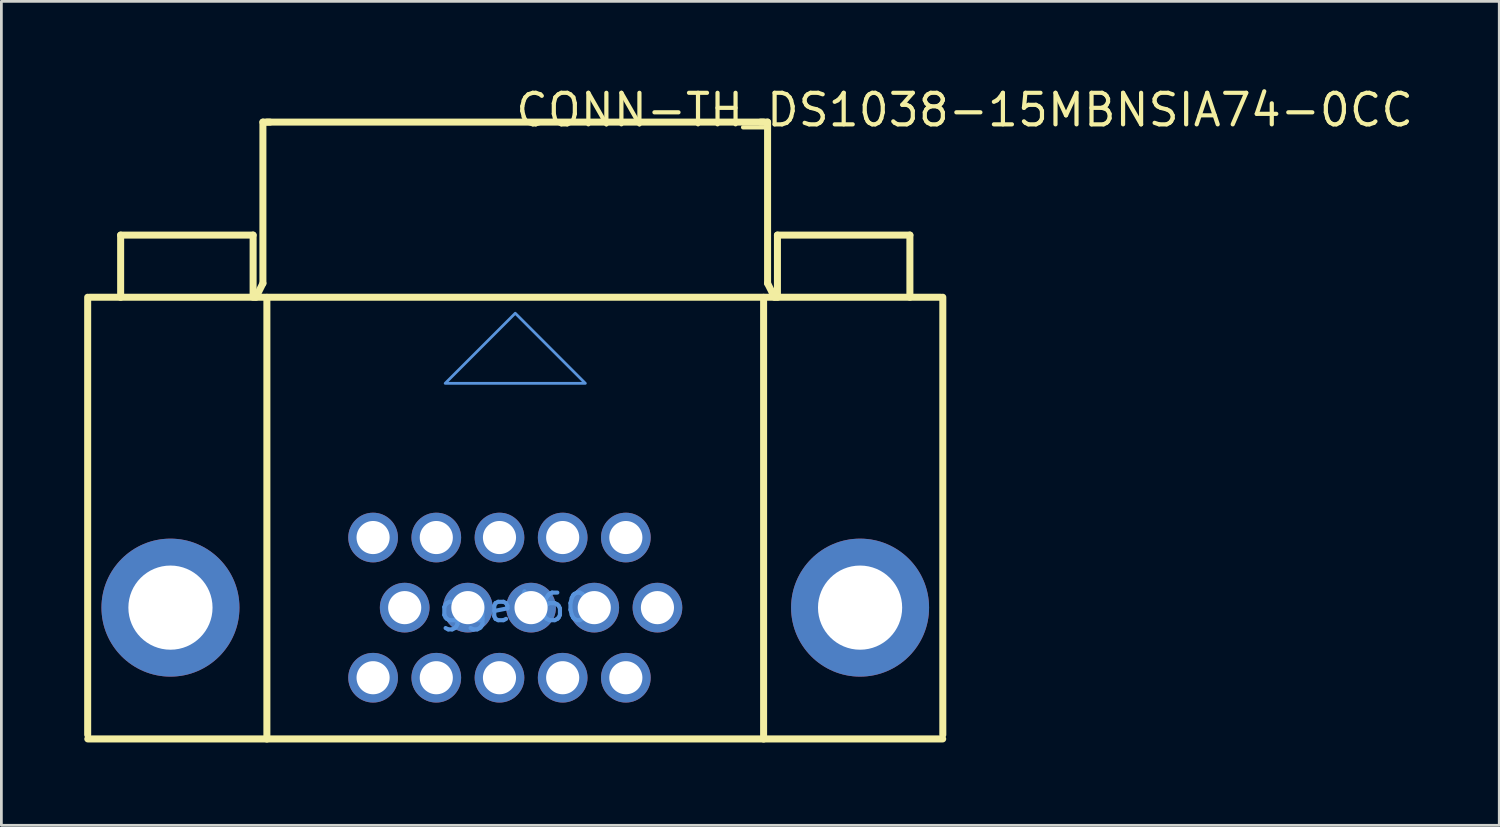
<source format=kicad_pcb>
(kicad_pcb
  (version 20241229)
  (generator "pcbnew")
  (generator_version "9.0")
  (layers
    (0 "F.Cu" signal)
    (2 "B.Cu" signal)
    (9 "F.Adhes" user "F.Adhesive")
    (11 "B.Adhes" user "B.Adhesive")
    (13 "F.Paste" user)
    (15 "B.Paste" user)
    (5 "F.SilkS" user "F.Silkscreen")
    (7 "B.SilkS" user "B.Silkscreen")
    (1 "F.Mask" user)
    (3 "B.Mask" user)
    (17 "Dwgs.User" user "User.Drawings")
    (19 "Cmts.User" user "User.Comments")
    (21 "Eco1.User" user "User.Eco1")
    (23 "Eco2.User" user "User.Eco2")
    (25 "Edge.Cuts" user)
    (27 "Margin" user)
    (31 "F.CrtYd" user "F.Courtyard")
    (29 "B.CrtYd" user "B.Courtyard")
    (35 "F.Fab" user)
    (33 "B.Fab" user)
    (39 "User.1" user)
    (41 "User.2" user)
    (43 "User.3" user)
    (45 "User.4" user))
  (footprint "CONN-TH_DS1038-15MBNSIA74-0CC"
    (layer "F.Cu")
    (at 15.622 18.969)
    (property "Reference" "CONN-TH_DS1038-15MBNSIA74-0CC" (at -0.064 -18.034 0) (layer "F.SilkS") (effects (font (size 1.143 1.143) (thickness 0.152)) (justify left)))
    (attr through_hole)
    (fp_line (start -15.495 4.606) (end -15.495 -11.248) (stroke (width 0.254) (type solid)) (layer "F.SilkS"))
    (fp_line (start -15.491 4.758) (end 15.489 4.758) (stroke (width 0.254) (type solid)) (layer "F.SilkS"))
    (fp_line (start -15.421 -11.248) (end 15.419 -11.248) (stroke (width 0.254) (type solid)) (layer "F.SilkS"))
    (fp_line (start -14.3 -13.5) (end -14.3 -11.244) (stroke (width 0.254) (type solid)) (layer "F.SilkS"))
    (fp_line (start -14.3 -13.5) (end -9.5 -13.5) (stroke (width 0.254) (type solid)) (layer "F.SilkS"))
    (fp_line (start -9.5 -13.5) (end -9.5 -11.248) (stroke (width 0.254) (type solid)) (layer "F.SilkS"))
    (fp_line (start -9.145 -17.594) (end -9.145 -11.752) (stroke (width 0.254) (type solid)) (layer "F.SilkS"))
    (fp_line (start -9.145 -11.752) (end -9.399 -11.244) (stroke (width 0.254) (type solid)) (layer "F.SilkS"))
    (fp_line (start -9.001 -17.594) (end 8.999 -17.594) (stroke (width 0.254) (type solid)) (layer "F.SilkS"))
    (fp_line (start -9.001 -11.244) (end -9.001 4.762) (stroke (width 0.254) (type solid)) (layer "F.SilkS"))
    (fp_line (start -8.891 -17.594) (end -9.145 -17.594) (stroke (width 0.254) (type solid)) (layer "F.SilkS"))
    (fp_line (start 8.889 -17.594) (end 9.143 -17.594) (stroke (width 0.254) (type solid)) (layer "F.SilkS"))
    (fp_line (start 8.999 -11.244) (end 8.999 4.762) (stroke (width 0.254) (type solid)) (layer "F.SilkS"))
    (fp_line (start 9.143 -17.594) (end 9.143 -11.752) (stroke (width 0.254) (type solid)) (layer "F.SilkS"))
    (fp_line (start 9.143 -11.752) (end 9.397 -11.244) (stroke (width 0.254) (type solid)) (layer "F.SilkS"))
    (fp_line (start 9.5 -13.5) (end 9.5 -11.244) (stroke (width 0.254) (type solid)) (layer "F.SilkS"))
    (fp_line (start 9.5 -13.5) (end 14.3 -13.5) (stroke (width 0.254) (type solid)) (layer "F.SilkS"))
    (fp_line (start 14.3 -13.5) (end 14.3 -11.248) (stroke (width 0.254) (type solid)) (layer "F.SilkS"))
    (fp_line (start 15.493 4.606) (end 15.493 -11.248) (stroke (width 0.254) (type solid)) (layer "F.SilkS"))
    (fp_poly (pts (xy -2.54 -8.128) (xy 2.54 -8.128) (xy 0 -10.668)) (stroke (width 0.1) (type solid)) (fill no) (layer "Cmts.User"))
    (fp_text user "gge460" (at 0 0 0) (layer "Cmts.User") (effects (font (size 1 1) (thickness 0.15))))
    (pad "0" thru_hole circle (at -12.495 0) (size 5 5) (drill 3.05) (layers "*.Cu" "*.Paste" "*.Mask"))
    (pad "0" thru_hole circle (at 12.495 0) (size 5 5) (drill 3.05) (layers "*.Cu" "*.Paste" "*.Mask"))
    (pad "1" thru_hole circle (at 4.007 2.54) (size 1.8 1.8) (drill 1.2) (layers "*.Cu" "*.Paste" "*.Mask"))
    (pad "2" thru_hole circle (at 1.718 2.54) (size 1.8 1.8) (drill 1.2) (layers "*.Cu" "*.Paste" "*.Mask"))
    (pad "3" thru_hole circle (at -0.572 2.54) (size 1.8 1.8) (drill 1.2) (layers "*.Cu" "*.Paste" "*.Mask"))
    (pad "4" thru_hole circle (at -2.862 2.54) (size 1.8 1.8) (drill 1.2) (layers "*.Cu" "*.Paste" "*.Mask"))
    (pad "5" thru_hole circle (at -5.152 2.54) (size 1.8 1.8) (drill 1.2) (layers "*.Cu" "*.Paste" "*.Mask"))
    (pad "6" thru_hole circle (at 5.152 0) (size 1.8 1.8) (drill 1.2) (layers "*.Cu" "*.Paste" "*.Mask"))
    (pad "7" thru_hole circle (at 2.862 0) (size 1.8 1.8) (drill 1.2) (layers "*.Cu" "*.Paste" "*.Mask"))
    (pad "8" thru_hole circle (at 0.572 0) (size 1.8 1.8) (drill 1.2) (layers "*.Cu" "*.Paste" "*.Mask"))
    (pad "9" thru_hole circle (at -1.718 0) (size 1.8 1.8) (drill 1.2) (layers "*.Cu" "*.Paste" "*.Mask"))
    (pad "10" thru_hole circle (at -4.007 0) (size 1.8 1.8) (drill 1.2) (layers "*.Cu" "*.Paste" "*.Mask"))
    (pad "11" thru_hole circle (at 4.007 -2.54) (size 1.8 1.8) (drill 1.2) (layers "*.Cu" "*.Paste" "*.Mask"))
    (pad "12" thru_hole circle (at 1.718 -2.54) (size 1.8 1.8) (drill 1.2) (layers "*.Cu" "*.Paste" "*.Mask"))
    (pad "13" thru_hole circle (at -0.572 -2.54) (size 1.8 1.8) (drill 1.2) (layers "*.Cu" "*.Paste" "*.Mask"))
    (pad "14" thru_hole circle (at -2.862 -2.54) (size 1.8 1.8) (drill 1.2) (layers "*.Cu" "*.Paste" "*.Mask"))
    (pad "15" thru_hole circle (at -5.152 -2.54) (size 1.8 1.8) (drill 1.2) (layers "*.Cu" "*.Paste" "*.Mask")))
  (gr_rect
    (start -3 -3)
    (end 51.279 26.858)
    (stroke (width 0.1) (type default))
    (fill no)
    (layer "Edge.Cuts")))
</source>
